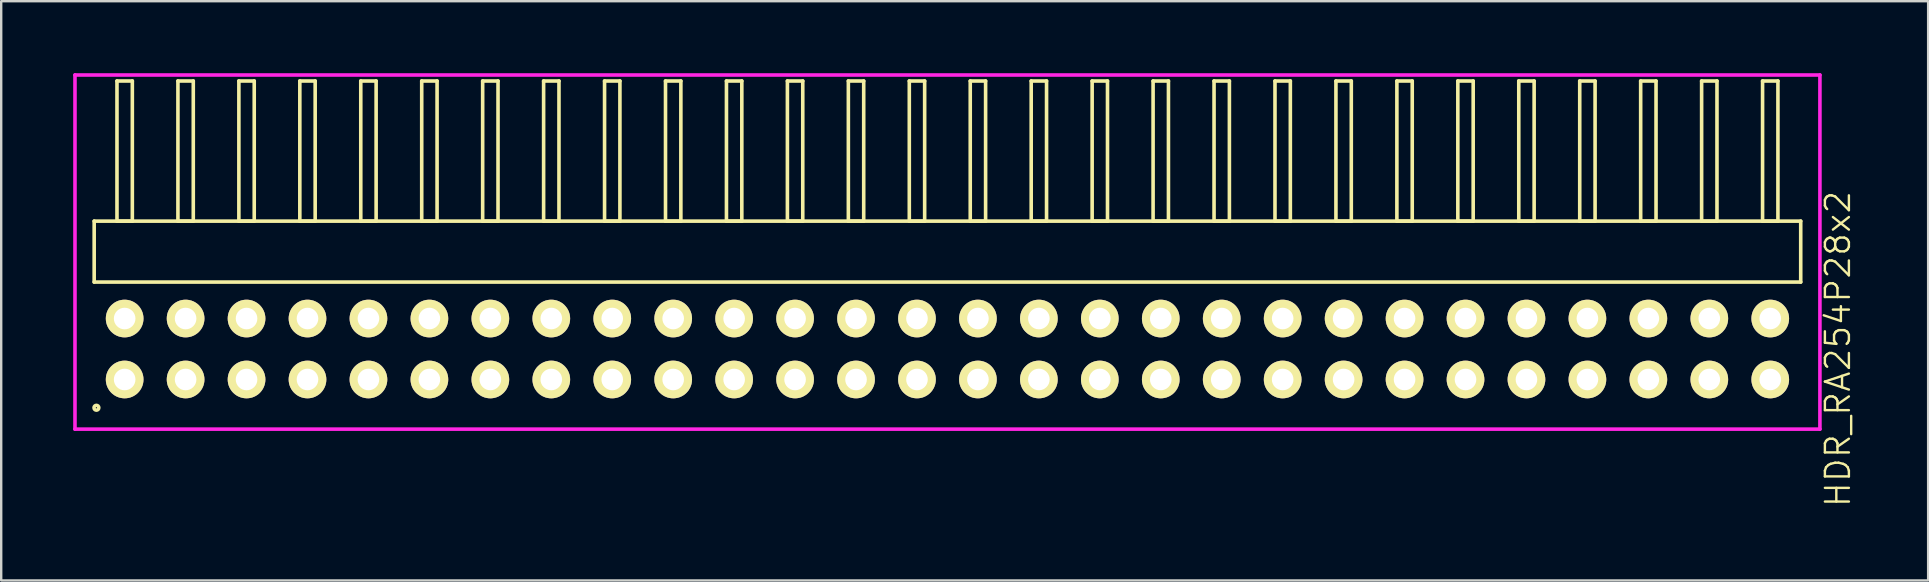
<source format=kicad_pcb>
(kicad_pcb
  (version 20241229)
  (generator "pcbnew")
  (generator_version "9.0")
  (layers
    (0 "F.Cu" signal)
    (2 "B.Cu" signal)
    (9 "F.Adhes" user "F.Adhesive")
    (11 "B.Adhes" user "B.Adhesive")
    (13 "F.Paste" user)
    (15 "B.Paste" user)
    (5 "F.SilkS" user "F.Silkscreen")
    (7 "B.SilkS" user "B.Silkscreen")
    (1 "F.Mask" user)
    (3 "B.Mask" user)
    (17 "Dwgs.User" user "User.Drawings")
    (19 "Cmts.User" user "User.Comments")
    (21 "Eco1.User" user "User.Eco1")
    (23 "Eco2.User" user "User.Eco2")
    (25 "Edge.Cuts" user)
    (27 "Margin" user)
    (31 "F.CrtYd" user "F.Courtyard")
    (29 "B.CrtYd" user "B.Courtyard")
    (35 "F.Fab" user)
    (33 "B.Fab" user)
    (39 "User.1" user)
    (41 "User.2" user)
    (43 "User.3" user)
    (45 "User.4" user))
  (footprint "HDR_RA254P28x2"
    (layer "F.Cu")
    (at 36.435 11.495)
    (property "Reference" "HDR_RA254P28x2" (at 37.11 0 90) (layer "F.SilkS") (effects (font (size 1 1) (thickness 0.1))))
    (attr through_hole)
    (fp_line (start -35.56 -5.33) (end -35.56 -2.79) (stroke (width 0.15) (type solid)) (layer "F.SilkS"))
    (fp_line (start -35.56 -2.79) (end 35.56 -2.79) (stroke (width 0.15) (type solid)) (layer "F.SilkS"))
    (fp_line (start -34.61 -11.17) (end -34.61 -5.33) (stroke (width 0.15) (type solid)) (layer "F.SilkS"))
    (fp_line (start -34.61 -5.33) (end -33.97 -5.33) (stroke (width 0.15) (type solid)) (layer "F.SilkS"))
    (fp_line (start -33.97 -11.17) (end -34.61 -11.17) (stroke (width 0.15) (type solid)) (layer "F.SilkS"))
    (fp_line (start -33.97 -5.33) (end -33.97 -11.17) (stroke (width 0.15) (type solid)) (layer "F.SilkS"))
    (fp_line (start -32.07 -11.17) (end -32.07 -5.33) (stroke (width 0.15) (type solid)) (layer "F.SilkS"))
    (fp_line (start -32.07 -5.33) (end -31.43 -5.33) (stroke (width 0.15) (type solid)) (layer "F.SilkS"))
    (fp_line (start -31.43 -11.17) (end -32.07 -11.17) (stroke (width 0.15) (type solid)) (layer "F.SilkS"))
    (fp_line (start -31.43 -5.33) (end -31.43 -11.17) (stroke (width 0.15) (type solid)) (layer "F.SilkS"))
    (fp_line (start -29.53 -11.17) (end -29.53 -5.33) (stroke (width 0.15) (type solid)) (layer "F.SilkS"))
    (fp_line (start -29.53 -5.33) (end -28.89 -5.33) (stroke (width 0.15) (type solid)) (layer "F.SilkS"))
    (fp_line (start -28.89 -11.17) (end -29.53 -11.17) (stroke (width 0.15) (type solid)) (layer "F.SilkS"))
    (fp_line (start -28.89 -5.33) (end -28.89 -11.17) (stroke (width 0.15) (type solid)) (layer "F.SilkS"))
    (fp_line (start -26.99 -11.17) (end -26.99 -5.33) (stroke (width 0.15) (type solid)) (layer "F.SilkS"))
    (fp_line (start -26.99 -5.33) (end -26.35 -5.33) (stroke (width 0.15) (type solid)) (layer "F.SilkS"))
    (fp_line (start -26.35 -11.17) (end -26.99 -11.17) (stroke (width 0.15) (type solid)) (layer "F.SilkS"))
    (fp_line (start -26.35 -5.33) (end -26.35 -11.17) (stroke (width 0.15) (type solid)) (layer "F.SilkS"))
    (fp_line (start -24.45 -11.17) (end -24.45 -5.33) (stroke (width 0.15) (type solid)) (layer "F.SilkS"))
    (fp_line (start -24.45 -5.33) (end -23.81 -5.33) (stroke (width 0.15) (type solid)) (layer "F.SilkS"))
    (fp_line (start -23.81 -11.17) (end -24.45 -11.17) (stroke (width 0.15) (type solid)) (layer "F.SilkS"))
    (fp_line (start -23.81 -5.33) (end -23.81 -11.17) (stroke (width 0.15) (type solid)) (layer "F.SilkS"))
    (fp_line (start -21.91 -11.17) (end -21.91 -5.33) (stroke (width 0.15) (type solid)) (layer "F.SilkS"))
    (fp_line (start -21.91 -5.33) (end -21.27 -5.33) (stroke (width 0.15) (type solid)) (layer "F.SilkS"))
    (fp_line (start -21.27 -11.17) (end -21.91 -11.17) (stroke (width 0.15) (type solid)) (layer "F.SilkS"))
    (fp_line (start -21.27 -5.33) (end -21.27 -11.17) (stroke (width 0.15) (type solid)) (layer "F.SilkS"))
    (fp_line (start -19.37 -11.17) (end -19.37 -5.33) (stroke (width 0.15) (type solid)) (layer "F.SilkS"))
    (fp_line (start -19.37 -5.33) (end -18.73 -5.33) (stroke (width 0.15) (type solid)) (layer "F.SilkS"))
    (fp_line (start -18.73 -11.17) (end -19.37 -11.17) (stroke (width 0.15) (type solid)) (layer "F.SilkS"))
    (fp_line (start -18.73 -5.33) (end -18.73 -11.17) (stroke (width 0.15) (type solid)) (layer "F.SilkS"))
    (fp_line (start -16.83 -11.17) (end -16.83 -5.33) (stroke (width 0.15) (type solid)) (layer "F.SilkS"))
    (fp_line (start -16.83 -5.33) (end -16.19 -5.33) (stroke (width 0.15) (type solid)) (layer "F.SilkS"))
    (fp_line (start -16.19 -11.17) (end -16.83 -11.17) (stroke (width 0.15) (type solid)) (layer "F.SilkS"))
    (fp_line (start -16.19 -5.33) (end -16.19 -11.17) (stroke (width 0.15) (type solid)) (layer "F.SilkS"))
    (fp_line (start -14.29 -11.17) (end -14.29 -5.33) (stroke (width 0.15) (type solid)) (layer "F.SilkS"))
    (fp_line (start -14.29 -5.33) (end -13.65 -5.33) (stroke (width 0.15) (type solid)) (layer "F.SilkS"))
    (fp_line (start -13.65 -11.17) (end -14.29 -11.17) (stroke (width 0.15) (type solid)) (layer "F.SilkS"))
    (fp_line (start -13.65 -5.33) (end -13.65 -11.17) (stroke (width 0.15) (type solid)) (layer "F.SilkS"))
    (fp_line (start -11.75 -11.17) (end -11.75 -5.33) (stroke (width 0.15) (type solid)) (layer "F.SilkS"))
    (fp_line (start -11.75 -5.33) (end -11.11 -5.33) (stroke (width 0.15) (type solid)) (layer "F.SilkS"))
    (fp_line (start -11.11 -11.17) (end -11.75 -11.17) (stroke (width 0.15) (type solid)) (layer "F.SilkS"))
    (fp_line (start -11.11 -5.33) (end -11.11 -11.17) (stroke (width 0.15) (type solid)) (layer "F.SilkS"))
    (fp_line (start -9.21 -11.17) (end -9.21 -5.33) (stroke (width 0.15) (type solid)) (layer "F.SilkS"))
    (fp_line (start -9.21 -5.33) (end -8.57 -5.33) (stroke (width 0.15) (type solid)) (layer "F.SilkS"))
    (fp_line (start -8.57 -11.17) (end -9.21 -11.17) (stroke (width 0.15) (type solid)) (layer "F.SilkS"))
    (fp_line (start -8.57 -5.33) (end -8.57 -11.17) (stroke (width 0.15) (type solid)) (layer "F.SilkS"))
    (fp_line (start -6.67 -11.17) (end -6.67 -5.33) (stroke (width 0.15) (type solid)) (layer "F.SilkS"))
    (fp_line (start -6.67 -5.33) (end -6.03 -5.33) (stroke (width 0.15) (type solid)) (layer "F.SilkS"))
    (fp_line (start -6.03 -11.17) (end -6.67 -11.17) (stroke (width 0.15) (type solid)) (layer "F.SilkS"))
    (fp_line (start -6.03 -5.33) (end -6.03 -11.17) (stroke (width 0.15) (type solid)) (layer "F.SilkS"))
    (fp_line (start -4.13 -11.17) (end -4.13 -5.33) (stroke (width 0.15) (type solid)) (layer "F.SilkS"))
    (fp_line (start -4.13 -5.33) (end -3.49 -5.33) (stroke (width 0.15) (type solid)) (layer "F.SilkS"))
    (fp_line (start -3.49 -11.17) (end -4.13 -11.17) (stroke (width 0.15) (type solid)) (layer "F.SilkS"))
    (fp_line (start -3.49 -5.33) (end -3.49 -11.17) (stroke (width 0.15) (type solid)) (layer "F.SilkS"))
    (fp_line (start -1.59 -11.17) (end -1.59 -5.33) (stroke (width 0.15) (type solid)) (layer "F.SilkS"))
    (fp_line (start -1.59 -5.33) (end -0.95 -5.33) (stroke (width 0.15) (type solid)) (layer "F.SilkS"))
    (fp_line (start -0.95 -11.17) (end -1.59 -11.17) (stroke (width 0.15) (type solid)) (layer "F.SilkS"))
    (fp_line (start -0.95 -5.33) (end -0.95 -11.17) (stroke (width 0.15) (type solid)) (layer "F.SilkS"))
    (fp_line (start 0.95 -11.17) (end 0.95 -5.33) (stroke (width 0.15) (type solid)) (layer "F.SilkS"))
    (fp_line (start 0.95 -5.33) (end 1.59 -5.33) (stroke (width 0.15) (type solid)) (layer "F.SilkS"))
    (fp_line (start 1.59 -11.17) (end 0.95 -11.17) (stroke (width 0.15) (type solid)) (layer "F.SilkS"))
    (fp_line (start 1.59 -5.33) (end 1.59 -11.17) (stroke (width 0.15) (type solid)) (layer "F.SilkS"))
    (fp_line (start 3.49 -11.17) (end 3.49 -5.33) (stroke (width 0.15) (type solid)) (layer "F.SilkS"))
    (fp_line (start 3.49 -5.33) (end 4.13 -5.33) (stroke (width 0.15) (type solid)) (layer "F.SilkS"))
    (fp_line (start 4.13 -11.17) (end 3.49 -11.17) (stroke (width 0.15) (type solid)) (layer "F.SilkS"))
    (fp_line (start 4.13 -5.33) (end 4.13 -11.17) (stroke (width 0.15) (type solid)) (layer "F.SilkS"))
    (fp_line (start 6.03 -11.17) (end 6.03 -5.33) (stroke (width 0.15) (type solid)) (layer "F.SilkS"))
    (fp_line (start 6.03 -5.33) (end 6.67 -5.33) (stroke (width 0.15) (type solid)) (layer "F.SilkS"))
    (fp_line (start 6.67 -11.17) (end 6.03 -11.17) (stroke (width 0.15) (type solid)) (layer "F.SilkS"))
    (fp_line (start 6.67 -5.33) (end 6.67 -11.17) (stroke (width 0.15) (type solid)) (layer "F.SilkS"))
    (fp_line (start 8.57 -11.17) (end 8.57 -5.33) (stroke (width 0.15) (type solid)) (layer "F.SilkS"))
    (fp_line (start 8.57 -5.33) (end 9.21 -5.33) (stroke (width 0.15) (type solid)) (layer "F.SilkS"))
    (fp_line (start 9.21 -11.17) (end 8.57 -11.17) (stroke (width 0.15) (type solid)) (layer "F.SilkS"))
    (fp_line (start 9.21 -5.33) (end 9.21 -11.17) (stroke (width 0.15) (type solid)) (layer "F.SilkS"))
    (fp_line (start 11.11 -11.17) (end 11.11 -5.33) (stroke (width 0.15) (type solid)) (layer "F.SilkS"))
    (fp_line (start 11.11 -5.33) (end 11.75 -5.33) (stroke (width 0.15) (type solid)) (layer "F.SilkS"))
    (fp_line (start 11.75 -11.17) (end 11.11 -11.17) (stroke (width 0.15) (type solid)) (layer "F.SilkS"))
    (fp_line (start 11.75 -5.33) (end 11.75 -11.17) (stroke (width 0.15) (type solid)) (layer "F.SilkS"))
    (fp_line (start 13.65 -11.17) (end 13.65 -5.33) (stroke (width 0.15) (type solid)) (layer "F.SilkS"))
    (fp_line (start 13.65 -5.33) (end 14.29 -5.33) (stroke (width 0.15) (type solid)) (layer "F.SilkS"))
    (fp_line (start 14.29 -11.17) (end 13.65 -11.17) (stroke (width 0.15) (type solid)) (layer "F.SilkS"))
    (fp_line (start 14.29 -5.33) (end 14.29 -11.17) (stroke (width 0.15) (type solid)) (layer "F.SilkS"))
    (fp_line (start 16.19 -11.17) (end 16.19 -5.33) (stroke (width 0.15) (type solid)) (layer "F.SilkS"))
    (fp_line (start 16.19 -5.33) (end 16.83 -5.33) (stroke (width 0.15) (type solid)) (layer "F.SilkS"))
    (fp_line (start 16.83 -11.17) (end 16.19 -11.17) (stroke (width 0.15) (type solid)) (layer "F.SilkS"))
    (fp_line (start 16.83 -5.33) (end 16.83 -11.17) (stroke (width 0.15) (type solid)) (layer "F.SilkS"))
    (fp_line (start 18.73 -11.17) (end 18.73 -5.33) (stroke (width 0.15) (type solid)) (layer "F.SilkS"))
    (fp_line (start 18.73 -5.33) (end 19.37 -5.33) (stroke (width 0.15) (type solid)) (layer "F.SilkS"))
    (fp_line (start 19.37 -11.17) (end 18.73 -11.17) (stroke (width 0.15) (type solid)) (layer "F.SilkS"))
    (fp_line (start 19.37 -5.33) (end 19.37 -11.17) (stroke (width 0.15) (type solid)) (layer "F.SilkS"))
    (fp_line (start 21.27 -11.17) (end 21.27 -5.33) (stroke (width 0.15) (type solid)) (layer "F.SilkS"))
    (fp_line (start 21.27 -5.33) (end 21.91 -5.33) (stroke (width 0.15) (type solid)) (layer "F.SilkS"))
    (fp_line (start 21.91 -11.17) (end 21.27 -11.17) (stroke (width 0.15) (type solid)) (layer "F.SilkS"))
    (fp_line (start 21.91 -5.33) (end 21.91 -11.17) (stroke (width 0.15) (type solid)) (layer "F.SilkS"))
    (fp_line (start 23.81 -11.17) (end 23.81 -5.33) (stroke (width 0.15) (type solid)) (layer "F.SilkS"))
    (fp_line (start 23.81 -5.33) (end 24.45 -5.33) (stroke (width 0.15) (type solid)) (layer "F.SilkS"))
    (fp_line (start 24.45 -11.17) (end 23.81 -11.17) (stroke (width 0.15) (type solid)) (layer "F.SilkS"))
    (fp_line (start 24.45 -5.33) (end 24.45 -11.17) (stroke (width 0.15) (type solid)) (layer "F.SilkS"))
    (fp_line (start 26.35 -11.17) (end 26.35 -5.33) (stroke (width 0.15) (type solid)) (layer "F.SilkS"))
    (fp_line (start 26.35 -5.33) (end 26.99 -5.33) (stroke (width 0.15) (type solid)) (layer "F.SilkS"))
    (fp_line (start 26.99 -11.17) (end 26.35 -11.17) (stroke (width 0.15) (type solid)) (layer "F.SilkS"))
    (fp_line (start 26.99 -5.33) (end 26.99 -11.17) (stroke (width 0.15) (type solid)) (layer "F.SilkS"))
    (fp_line (start 28.89 -11.17) (end 28.89 -5.33) (stroke (width 0.15) (type solid)) (layer "F.SilkS"))
    (fp_line (start 28.89 -5.33) (end 29.53 -5.33) (stroke (width 0.15) (type solid)) (layer "F.SilkS"))
    (fp_line (start 29.53 -11.17) (end 28.89 -11.17) (stroke (width 0.15) (type solid)) (layer "F.SilkS"))
    (fp_line (start 29.53 -5.33) (end 29.53 -11.17) (stroke (width 0.15) (type solid)) (layer "F.SilkS"))
    (fp_line (start 31.43 -11.17) (end 31.43 -5.33) (stroke (width 0.15) (type solid)) (layer "F.SilkS"))
    (fp_line (start 31.43 -5.33) (end 32.07 -5.33) (stroke (width 0.15) (type solid)) (layer "F.SilkS"))
    (fp_line (start 32.07 -11.17) (end 31.43 -11.17) (stroke (width 0.15) (type solid)) (layer "F.SilkS"))
    (fp_line (start 32.07 -5.33) (end 32.07 -11.17) (stroke (width 0.15) (type solid)) (layer "F.SilkS"))
    (fp_line (start 33.97 -11.17) (end 33.97 -5.33) (stroke (width 0.15) (type solid)) (layer "F.SilkS"))
    (fp_line (start 33.97 -5.33) (end 34.61 -5.33) (stroke (width 0.15) (type solid)) (layer "F.SilkS"))
    (fp_line (start 34.61 -11.17) (end 33.97 -11.17) (stroke (width 0.15) (type solid)) (layer "F.SilkS"))
    (fp_line (start 34.61 -5.33) (end 34.61 -11.17) (stroke (width 0.15) (type solid)) (layer "F.SilkS"))
    (fp_line (start 35.56 -5.33) (end -35.56 -5.33) (stroke (width 0.15) (type solid)) (layer "F.SilkS"))
    (fp_line (start 35.56 -2.79) (end 35.56 -5.33) (stroke (width 0.15) (type solid)) (layer "F.SilkS"))
    (fp_circle (center -35.467 2.448) (end -35.367 2.448) (stroke (width 0.15) (type solid)) (fill no) (layer "F.SilkS"))
    (fp_line (start -36.36 -11.42) (end -36.36 3.34) (stroke (width 0.15) (type solid)) (layer "F.CrtYd"))
    (fp_line (start -36.36 3.34) (end 36.36 3.34) (stroke (width 0.15) (type solid)) (layer "F.CrtYd"))
    (fp_line (start 36.36 -11.42) (end -36.36 -11.42) (stroke (width 0.15) (type solid)) (layer "F.CrtYd"))
    (fp_line (start 36.36 3.34) (end 36.36 -11.42) (stroke (width 0.15) (type solid)) (layer "F.CrtYd"))
    (pad "1" thru_hole oval (at -34.29 1.27) (size 1.57 1.57) (drill 0.9) (layers "*.Cu" "*.Mask" "F.SilkS"))
    (pad "2" thru_hole oval (at -34.29 -1.27) (size 1.57 1.57) (drill 0.9) (layers "*.Cu" "*.Mask" "F.SilkS"))
    (pad "3" thru_hole oval (at -31.75 1.27) (size 1.57 1.57) (drill 0.9) (layers "*.Cu" "*.Mask" "F.SilkS"))
    (pad "4" thru_hole oval (at -31.75 -1.27) (size 1.57 1.57) (drill 0.9) (layers "*.Cu" "*.Mask" "F.SilkS"))
    (pad "5" thru_hole oval (at -29.21 1.27) (size 1.57 1.57) (drill 0.9) (layers "*.Cu" "*.Mask" "F.SilkS"))
    (pad "6" thru_hole oval (at -29.21 -1.27) (size 1.57 1.57) (drill 0.9) (layers "*.Cu" "*.Mask" "F.SilkS"))
    (pad "7" thru_hole oval (at -26.67 1.27) (size 1.57 1.57) (drill 0.9) (layers "*.Cu" "*.Mask" "F.SilkS"))
    (pad "8" thru_hole oval (at -26.67 -1.27) (size 1.57 1.57) (drill 0.9) (layers "*.Cu" "*.Mask" "F.SilkS"))
    (pad "9" thru_hole oval (at -24.13 1.27) (size 1.57 1.57) (drill 0.9) (layers "*.Cu" "*.Mask" "F.SilkS"))
    (pad "10" thru_hole oval (at -24.13 -1.27) (size 1.57 1.57) (drill 0.9) (layers "*.Cu" "*.Mask" "F.SilkS"))
    (pad "11" thru_hole oval (at -21.59 1.27) (size 1.57 1.57) (drill 0.9) (layers "*.Cu" "*.Mask" "F.SilkS"))
    (pad "12" thru_hole oval (at -21.59 -1.27) (size 1.57 1.57) (drill 0.9) (layers "*.Cu" "*.Mask" "F.SilkS"))
    (pad "13" thru_hole oval (at -19.05 1.27) (size 1.57 1.57) (drill 0.9) (layers "*.Cu" "*.Mask" "F.SilkS"))
    (pad "14" thru_hole oval (at -19.05 -1.27) (size 1.57 1.57) (drill 0.9) (layers "*.Cu" "*.Mask" "F.SilkS"))
    (pad "15" thru_hole oval (at -16.51 1.27) (size 1.57 1.57) (drill 0.9) (layers "*.Cu" "*.Mask" "F.SilkS"))
    (pad "16" thru_hole oval (at -16.51 -1.27) (size 1.57 1.57) (drill 0.9) (layers "*.Cu" "*.Mask" "F.SilkS"))
    (pad "17" thru_hole oval (at -13.97 1.27) (size 1.57 1.57) (drill 0.9) (layers "*.Cu" "*.Mask" "F.SilkS"))
    (pad "18" thru_hole oval (at -13.97 -1.27) (size 1.57 1.57) (drill 0.9) (layers "*.Cu" "*.Mask" "F.SilkS"))
    (pad "19" thru_hole oval (at -11.43 1.27) (size 1.57 1.57) (drill 0.9) (layers "*.Cu" "*.Mask" "F.SilkS"))
    (pad "20" thru_hole oval (at -11.43 -1.27) (size 1.57 1.57) (drill 0.9) (layers "*.Cu" "*.Mask" "F.SilkS"))
    (pad "21" thru_hole oval (at -8.89 1.27) (size 1.57 1.57) (drill 0.9) (layers "*.Cu" "*.Mask" "F.SilkS"))
    (pad "22" thru_hole oval (at -8.89 -1.27) (size 1.57 1.57) (drill 0.9) (layers "*.Cu" "*.Mask" "F.SilkS"))
    (pad "23" thru_hole oval (at -6.35 1.27) (size 1.57 1.57) (drill 0.9) (layers "*.Cu" "*.Mask" "F.SilkS"))
    (pad "24" thru_hole oval (at -6.35 -1.27) (size 1.57 1.57) (drill 0.9) (layers "*.Cu" "*.Mask" "F.SilkS"))
    (pad "25" thru_hole oval (at -3.81 1.27) (size 1.57 1.57) (drill 0.9) (layers "*.Cu" "*.Mask" "F.SilkS"))
    (pad "26" thru_hole oval (at -3.81 -1.27) (size 1.57 1.57) (drill 0.9) (layers "*.Cu" "*.Mask" "F.SilkS"))
    (pad "27" thru_hole oval (at -1.27 1.27) (size 1.57 1.57) (drill 0.9) (layers "*.Cu" "*.Mask" "F.SilkS"))
    (pad "28" thru_hole oval (at -1.27 -1.27) (size 1.57 1.57) (drill 0.9) (layers "*.Cu" "*.Mask" "F.SilkS"))
    (pad "29" thru_hole oval (at 1.27 1.27) (size 1.57 1.57) (drill 0.9) (layers "*.Cu" "*.Mask" "F.SilkS"))
    (pad "30" thru_hole oval (at 1.27 -1.27) (size 1.57 1.57) (drill 0.9) (layers "*.Cu" "*.Mask" "F.SilkS"))
    (pad "31" thru_hole oval (at 3.81 1.27) (size 1.57 1.57) (drill 0.9) (layers "*.Cu" "*.Mask" "F.SilkS"))
    (pad "32" thru_hole oval (at 3.81 -1.27) (size 1.57 1.57) (drill 0.9) (layers "*.Cu" "*.Mask" "F.SilkS"))
    (pad "33" thru_hole oval (at 6.35 1.27) (size 1.57 1.57) (drill 0.9) (layers "*.Cu" "*.Mask" "F.SilkS"))
    (pad "34" thru_hole oval (at 6.35 -1.27) (size 1.57 1.57) (drill 0.9) (layers "*.Cu" "*.Mask" "F.SilkS"))
    (pad "35" thru_hole oval (at 8.89 1.27) (size 1.57 1.57) (drill 0.9) (layers "*.Cu" "*.Mask" "F.SilkS"))
    (pad "36" thru_hole oval (at 8.89 -1.27) (size 1.57 1.57) (drill 0.9) (layers "*.Cu" "*.Mask" "F.SilkS"))
    (pad "37" thru_hole oval (at 11.43 1.27) (size 1.57 1.57) (drill 0.9) (layers "*.Cu" "*.Mask" "F.SilkS"))
    (pad "38" thru_hole oval (at 11.43 -1.27) (size 1.57 1.57) (drill 0.9) (layers "*.Cu" "*.Mask" "F.SilkS"))
    (pad "39" thru_hole oval (at 13.97 1.27) (size 1.57 1.57) (drill 0.9) (layers "*.Cu" "*.Mask" "F.SilkS"))
    (pad "40" thru_hole oval (at 13.97 -1.27) (size 1.57 1.57) (drill 0.9) (layers "*.Cu" "*.Mask" "F.SilkS"))
    (pad "41" thru_hole oval (at 16.51 1.27) (size 1.57 1.57) (drill 0.9) (layers "*.Cu" "*.Mask" "F.SilkS"))
    (pad "42" thru_hole oval (at 16.51 -1.27) (size 1.57 1.57) (drill 0.9) (layers "*.Cu" "*.Mask" "F.SilkS"))
    (pad "43" thru_hole oval (at 19.05 1.27) (size 1.57 1.57) (drill 0.9) (layers "*.Cu" "*.Mask" "F.SilkS"))
    (pad "44" thru_hole oval (at 19.05 -1.27) (size 1.57 1.57) (drill 0.9) (layers "*.Cu" "*.Mask" "F.SilkS"))
    (pad "45" thru_hole oval (at 21.59 1.27) (size 1.57 1.57) (drill 0.9) (layers "*.Cu" "*.Mask" "F.SilkS"))
    (pad "46" thru_hole oval (at 21.59 -1.27) (size 1.57 1.57) (drill 0.9) (layers "*.Cu" "*.Mask" "F.SilkS"))
    (pad "47" thru_hole oval (at 24.13 1.27) (size 1.57 1.57) (drill 0.9) (layers "*.Cu" "*.Mask" "F.SilkS"))
    (pad "48" thru_hole oval (at 24.13 -1.27) (size 1.57 1.57) (drill 0.9) (layers "*.Cu" "*.Mask" "F.SilkS"))
    (pad "49" thru_hole oval (at 26.67 1.27) (size 1.57 1.57) (drill 0.9) (layers "*.Cu" "*.Mask" "F.SilkS"))
    (pad "50" thru_hole oval (at 26.67 -1.27) (size 1.57 1.57) (drill 0.9) (layers "*.Cu" "*.Mask" "F.SilkS"))
    (pad "51" thru_hole oval (at 29.21 1.27) (size 1.57 1.57) (drill 0.9) (layers "*.Cu" "*.Mask" "F.SilkS"))
    (pad "52" thru_hole oval (at 29.21 -1.27) (size 1.57 1.57) (drill 0.9) (layers "*.Cu" "*.Mask" "F.SilkS"))
    (pad "53" thru_hole oval (at 31.75 1.27) (size 1.57 1.57) (drill 0.9) (layers "*.Cu" "*.Mask" "F.SilkS"))
    (pad "54" thru_hole oval (at 31.75 -1.27) (size 1.57 1.57) (drill 0.9) (layers "*.Cu" "*.Mask" "F.SilkS"))
    (pad "55" thru_hole oval (at 34.29 1.27) (size 1.57 1.57) (drill 0.9) (layers "*.Cu" "*.Mask" "F.SilkS"))
    (pad "56" thru_hole oval (at 34.29 -1.27) (size 1.57 1.57) (drill 0.9) (layers "*.Cu" "*.Mask" "F.SilkS")))
  (gr_rect
    (start -3 -3)
    (end 77.305 21.14)
    (stroke (width 0.1) (type default))
    (fill no)
    (layer "Edge.Cuts")))
</source>
